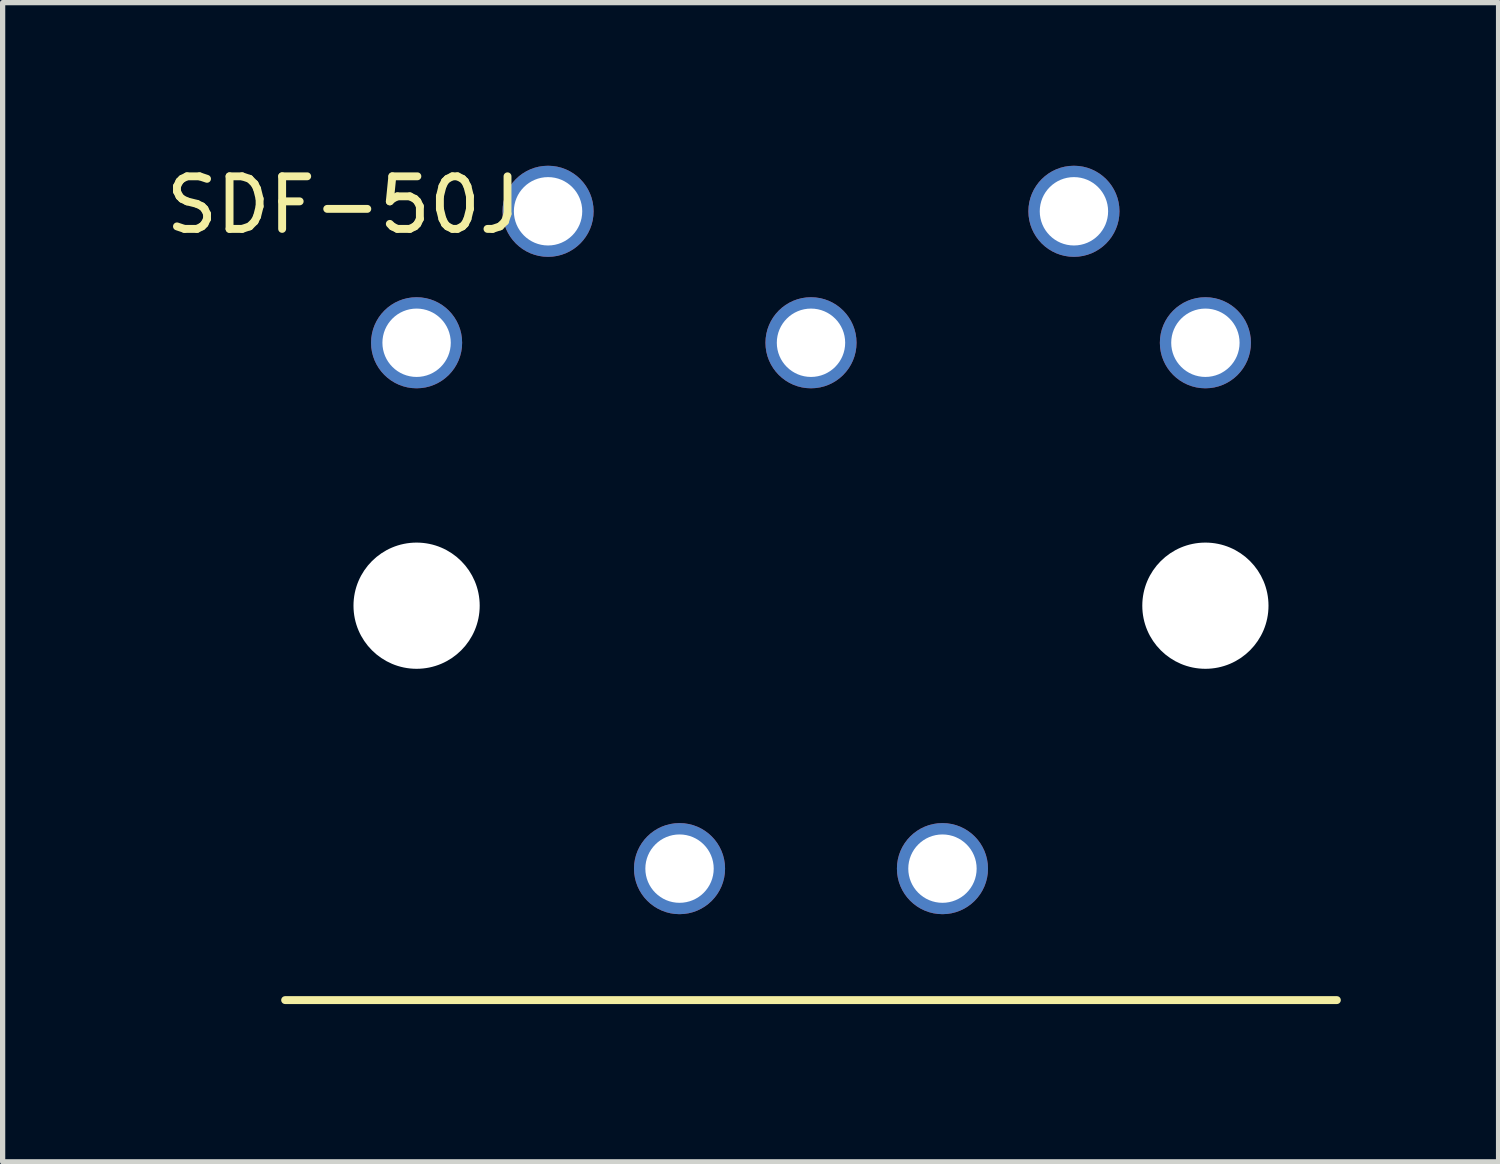
<source format=kicad_pcb>
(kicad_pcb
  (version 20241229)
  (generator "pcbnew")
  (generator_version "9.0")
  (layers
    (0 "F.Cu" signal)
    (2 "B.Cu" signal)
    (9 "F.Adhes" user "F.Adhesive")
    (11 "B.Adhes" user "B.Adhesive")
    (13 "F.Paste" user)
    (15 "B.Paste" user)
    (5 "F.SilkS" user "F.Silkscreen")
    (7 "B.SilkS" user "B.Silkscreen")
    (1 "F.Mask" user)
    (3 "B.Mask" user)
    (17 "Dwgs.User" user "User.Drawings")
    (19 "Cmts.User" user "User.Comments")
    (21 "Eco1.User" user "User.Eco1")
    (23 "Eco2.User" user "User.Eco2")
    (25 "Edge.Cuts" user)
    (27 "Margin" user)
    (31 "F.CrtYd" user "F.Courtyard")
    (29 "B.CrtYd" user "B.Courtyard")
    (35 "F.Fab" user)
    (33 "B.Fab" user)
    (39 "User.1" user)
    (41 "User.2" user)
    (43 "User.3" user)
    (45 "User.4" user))
  (footprint "SDF-50J"
    (layer "F.Cu")
    (at 12.372 8.468)
    (property "Reference" "SDF-50J" (at -8.89 -7.62 0) (layer "F.SilkS") (effects (font (size 1 1) (thickness 0.15))))
    (attr through_hole)
    (fp_line (start 10 7.5) (end -10 7.5) (stroke (width 0.15) (type solid)) (layer "F.SilkS"))
    (pad "" np_thru_hole circle (at -7.5 0) (size 2.4 2.4) (drill 2.4) (layers "*.Cu" "*.Mask"))
    (pad "" thru_hole circle (at -2.5 5) (size 1.732 1.732) (drill 1.3) (layers "*.Cu" "*.Mask"))
    (pad "" thru_hole circle (at 2.5 5) (size 1.732 1.732) (drill 1.3) (layers "*.Cu" "*.Mask"))
    (pad "" np_thru_hole circle (at 7.5 0) (size 2.4 2.4) (drill 2.4) (layers "*.Cu" "*.Mask"))
    (pad "1" thru_hole circle (at 7.5 -5) (size 1.732 1.732) (drill 1.3) (layers "*.Cu" "*.Mask"))
    (pad "2" thru_hole circle (at 0 -5) (size 1.732 1.732) (drill 1.3) (layers "*.Cu" "*.Mask"))
    (pad "3" thru_hole circle (at -7.5 -5) (size 1.732 1.732) (drill 1.3) (layers "*.Cu" "*.Mask"))
    (pad "4" thru_hole circle (at 5 -7.5) (size 1.732 1.732) (drill 1.3) (layers "*.Cu" "*.Mask"))
    (pad "5" thru_hole circle (at -5 -7.5) (size 1.732 1.732) (drill 1.3) (layers "*.Cu" "*.Mask")))
  (gr_rect
    (start -3 -3)
    (end 25.447 19.043)
    (stroke (width 0.1) (type default))
    (fill no)
    (layer "Edge.Cuts")))
</source>
